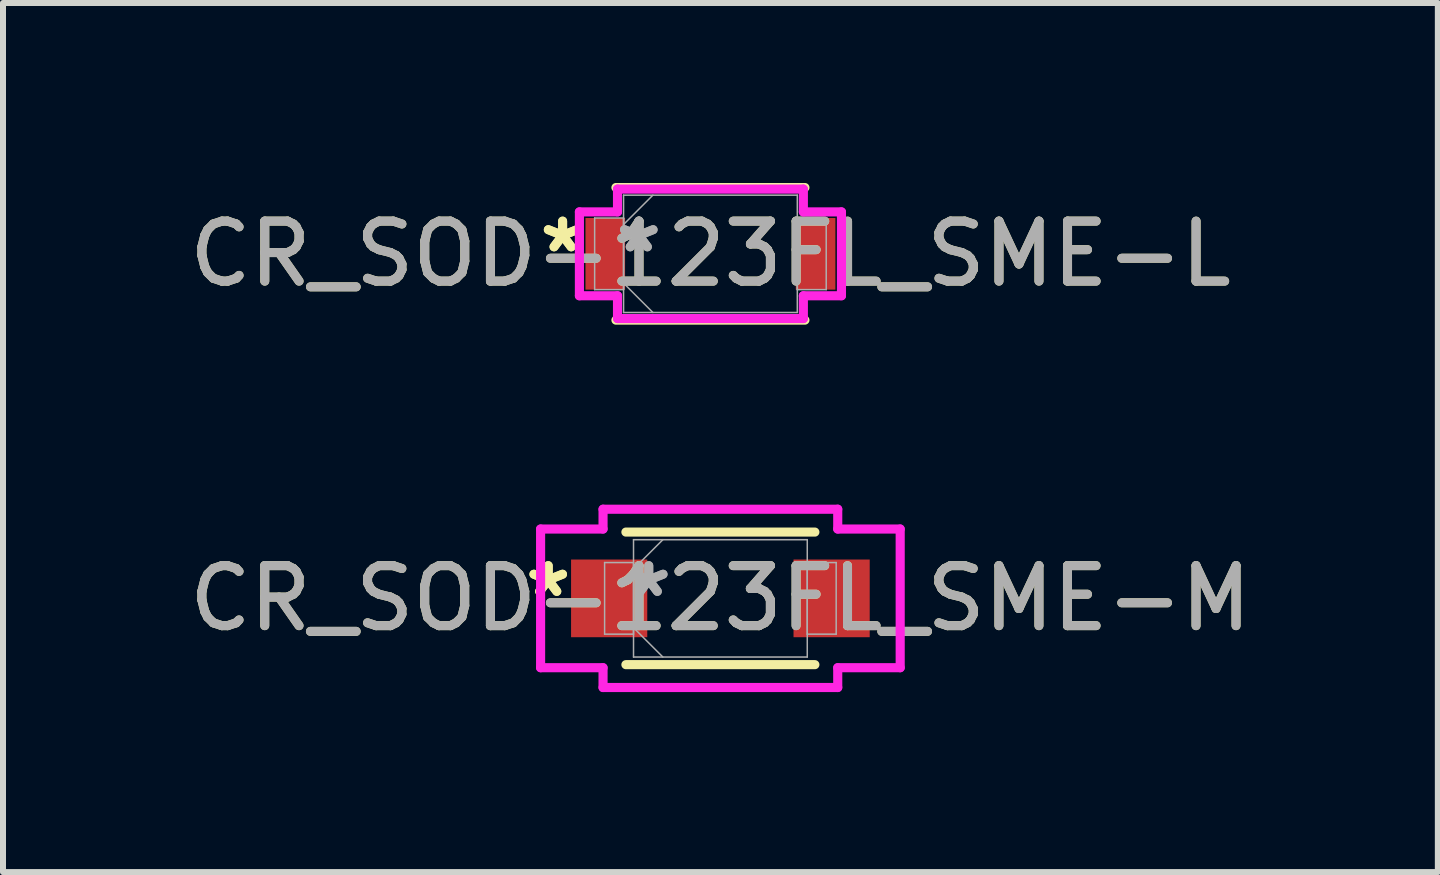
<source format=kicad_pcb>
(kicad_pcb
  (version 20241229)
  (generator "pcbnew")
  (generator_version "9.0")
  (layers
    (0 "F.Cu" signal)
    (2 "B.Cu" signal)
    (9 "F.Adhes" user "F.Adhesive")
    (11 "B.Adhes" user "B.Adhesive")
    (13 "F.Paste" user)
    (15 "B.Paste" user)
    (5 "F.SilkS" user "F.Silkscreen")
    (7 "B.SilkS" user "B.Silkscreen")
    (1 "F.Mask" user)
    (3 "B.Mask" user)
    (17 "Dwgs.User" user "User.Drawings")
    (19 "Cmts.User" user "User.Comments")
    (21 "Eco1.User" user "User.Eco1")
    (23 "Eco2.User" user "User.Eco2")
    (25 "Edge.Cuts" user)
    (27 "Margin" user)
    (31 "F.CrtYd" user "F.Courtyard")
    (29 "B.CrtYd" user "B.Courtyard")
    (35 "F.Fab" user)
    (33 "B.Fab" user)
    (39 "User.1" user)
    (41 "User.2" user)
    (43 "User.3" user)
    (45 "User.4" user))
  (footprint "CR_SOD-123FL_SME-L"
    (layer "F.Cu")
    (at 8.792 1.181)
    (property "Reference" "CR_SOD-123FL_SME-L" (at 0 0 0) (unlocked yes) (layer "F.SilkS") (effects (font (size 1 1) (thickness 0.15))))
    (attr smd)
    (fp_line (start -1.575 1.105) (end 1.575 1.105) (stroke (width 0.152) (type solid)) (layer "F.SilkS"))
    (fp_line (start 1.575 -1.105) (end -1.575 -1.105) (stroke (width 0.152) (type solid)) (layer "F.SilkS"))
    (fp_line (start -2.184 -0.699) (end -1.549 -0.699) (stroke (width 0.152) (type solid)) (layer "F.CrtYd"))
    (fp_line (start -2.184 0.699) (end -2.184 -0.699) (stroke (width 0.152) (type solid)) (layer "F.CrtYd"))
    (fp_line (start -1.549 -1.079) (end 1.549 -1.079) (stroke (width 0.152) (type solid)) (layer "F.CrtYd"))
    (fp_line (start -1.549 -0.699) (end -1.549 -1.079) (stroke (width 0.152) (type solid)) (layer "F.CrtYd"))
    (fp_line (start -1.549 0.699) (end -2.184 0.699) (stroke (width 0.152) (type solid)) (layer "F.CrtYd"))
    (fp_line (start -1.549 1.079) (end -1.549 0.699) (stroke (width 0.152) (type solid)) (layer "F.CrtYd"))
    (fp_line (start 1.549 -1.079) (end 1.549 -0.699) (stroke (width 0.152) (type solid)) (layer "F.CrtYd"))
    (fp_line (start 1.549 -0.699) (end 2.184 -0.699) (stroke (width 0.152) (type solid)) (layer "F.CrtYd"))
    (fp_line (start 1.549 0.699) (end 1.549 1.079) (stroke (width 0.152) (type solid)) (layer "F.CrtYd"))
    (fp_line (start 1.549 1.079) (end -1.549 1.079) (stroke (width 0.152) (type solid)) (layer "F.CrtYd"))
    (fp_line (start 2.184 -0.699) (end 2.184 0.699) (stroke (width 0.152) (type solid)) (layer "F.CrtYd"))
    (fp_line (start 2.184 0.699) (end 1.549 0.699) (stroke (width 0.152) (type solid)) (layer "F.CrtYd"))
    (fp_line (start -1.93 -0.597) (end -1.93 0.597) (stroke (width 0.025) (type solid)) (layer "F.Fab"))
    (fp_line (start -1.93 0.597) (end -1.448 0.597) (stroke (width 0.025) (type solid)) (layer "F.Fab"))
    (fp_line (start -1.448 -0.978) (end -1.448 0.978) (stroke (width 0.025) (type solid)) (layer "F.Fab"))
    (fp_line (start -1.448 -0.597) (end -1.93 -0.597) (stroke (width 0.025) (type solid)) (layer "F.Fab"))
    (fp_line (start -1.448 -0.489) (end -0.959 -0.978) (stroke (width 0.025) (type solid)) (layer "F.Fab"))
    (fp_line (start -1.448 0.489) (end -0.959 0.978) (stroke (width 0.025) (type solid)) (layer "F.Fab"))
    (fp_line (start -1.448 0.597) (end -1.448 -0.597) (stroke (width 0.025) (type solid)) (layer "F.Fab"))
    (fp_line (start -1.448 0.978) (end 1.448 0.978) (stroke (width 0.025) (type solid)) (layer "F.Fab"))
    (fp_line (start 1.448 -0.978) (end -1.448 -0.978) (stroke (width 0.025) (type solid)) (layer "F.Fab"))
    (fp_line (start 1.448 -0.597) (end 1.448 0.597) (stroke (width 0.025) (type solid)) (layer "F.Fab"))
    (fp_line (start 1.448 0.597) (end 1.93 0.597) (stroke (width 0.025) (type solid)) (layer "F.Fab"))
    (fp_line (start 1.448 0.978) (end 1.448 -0.978) (stroke (width 0.025) (type solid)) (layer "F.Fab"))
    (fp_line (start 1.93 -0.597) (end 1.448 -0.597) (stroke (width 0.025) (type solid)) (layer "F.Fab"))
    (fp_line (start 1.93 0.597) (end 1.93 -0.597) (stroke (width 0.025) (type solid)) (layer "F.Fab"))
    (fp_text user "*" (at -2.464 0 0) (layer "F.SilkS") (effects (font (size 1 1) (thickness 0.15))))
    (fp_text user "*" (at -2.464 0 0) (unlocked yes) (layer "F.SilkS") (effects (font (size 1 1) (thickness 0.15))))
    (fp_text user "*" (at -1.194 0 0) (layer "F.Fab") (effects (font (size 1 1) (thickness 0.15))))
    (fp_text user "${REFERENCE}" (at 0 0 0) (unlocked yes) (layer "F.Fab") (effects (font (size 1 1) (thickness 0.15))))
    (fp_text user "*" (at -1.194 0 0) (unlocked yes) (layer "F.Fab") (effects (font (size 1 1) (thickness 0.15))))
    (pad "1" smd rect (at -1.753 0) (size 0.66 1.194) (layers "F.Cu" "F.Mask" "F.Paste"))
    (pad "2" smd rect (at 1.753 0) (size 0.66 1.194) (layers "F.Cu" "F.Mask" "F.Paste")))
  (footprint "CR_SOD-123FL_SME-M"
    (layer "F.Cu")
    (at 8.958 6.924)
    (property "Reference" "CR_SOD-123FL_SME-M" (at 0 0 0) (unlocked yes) (layer "F.SilkS") (effects (font (size 1 1) (thickness 0.15))))
    (attr smd)
    (fp_line (start -1.575 1.105) (end 1.575 1.105) (stroke (width 0.152) (type solid)) (layer "F.SilkS"))
    (fp_line (start 1.575 -1.105) (end -1.575 -1.105) (stroke (width 0.152) (type solid)) (layer "F.SilkS"))
    (fp_line (start -2.997 -1.156) (end -1.956 -1.156) (stroke (width 0.152) (type solid)) (layer "F.CrtYd"))
    (fp_line (start -2.997 1.156) (end -2.997 -1.156) (stroke (width 0.152) (type solid)) (layer "F.CrtYd"))
    (fp_line (start -1.956 -1.486) (end 1.956 -1.486) (stroke (width 0.152) (type solid)) (layer "F.CrtYd"))
    (fp_line (start -1.956 -1.156) (end -1.956 -1.486) (stroke (width 0.152) (type solid)) (layer "F.CrtYd"))
    (fp_line (start -1.956 1.156) (end -2.997 1.156) (stroke (width 0.152) (type solid)) (layer "F.CrtYd"))
    (fp_line (start -1.956 1.486) (end -1.956 1.156) (stroke (width 0.152) (type solid)) (layer "F.CrtYd"))
    (fp_line (start 1.956 -1.486) (end 1.956 -1.156) (stroke (width 0.152) (type solid)) (layer "F.CrtYd"))
    (fp_line (start 1.956 -1.156) (end 2.997 -1.156) (stroke (width 0.152) (type solid)) (layer "F.CrtYd"))
    (fp_line (start 1.956 1.156) (end 1.956 1.486) (stroke (width 0.152) (type solid)) (layer "F.CrtYd"))
    (fp_line (start 1.956 1.486) (end -1.956 1.486) (stroke (width 0.152) (type solid)) (layer "F.CrtYd"))
    (fp_line (start 2.997 -1.156) (end 2.997 1.156) (stroke (width 0.152) (type solid)) (layer "F.CrtYd"))
    (fp_line (start 2.997 1.156) (end 1.956 1.156) (stroke (width 0.152) (type solid)) (layer "F.CrtYd"))
    (fp_line (start -1.93 -0.597) (end -1.93 0.597) (stroke (width 0.025) (type solid)) (layer "F.Fab"))
    (fp_line (start -1.93 0.597) (end -1.448 0.597) (stroke (width 0.025) (type solid)) (layer "F.Fab"))
    (fp_line (start -1.448 -0.978) (end -1.448 0.978) (stroke (width 0.025) (type solid)) (layer "F.Fab"))
    (fp_line (start -1.448 -0.597) (end -1.93 -0.597) (stroke (width 0.025) (type solid)) (layer "F.Fab"))
    (fp_line (start -1.448 -0.489) (end -0.959 -0.978) (stroke (width 0.025) (type solid)) (layer "F.Fab"))
    (fp_line (start -1.448 0.489) (end -0.959 0.978) (stroke (width 0.025) (type solid)) (layer "F.Fab"))
    (fp_line (start -1.448 0.597) (end -1.448 -0.597) (stroke (width 0.025) (type solid)) (layer "F.Fab"))
    (fp_line (start -1.448 0.978) (end 1.448 0.978) (stroke (width 0.025) (type solid)) (layer "F.Fab"))
    (fp_line (start 1.448 -0.978) (end -1.448 -0.978) (stroke (width 0.025) (type solid)) (layer "F.Fab"))
    (fp_line (start 1.448 -0.597) (end 1.448 0.597) (stroke (width 0.025) (type solid)) (layer "F.Fab"))
    (fp_line (start 1.448 0.597) (end 1.93 0.597) (stroke (width 0.025) (type solid)) (layer "F.Fab"))
    (fp_line (start 1.448 0.978) (end 1.448 -0.978) (stroke (width 0.025) (type solid)) (layer "F.Fab"))
    (fp_line (start 1.93 -0.597) (end 1.448 -0.597) (stroke (width 0.025) (type solid)) (layer "F.Fab"))
    (fp_line (start 1.93 0.597) (end 1.93 -0.597) (stroke (width 0.025) (type solid)) (layer "F.Fab"))
    (fp_text user "*" (at -2.87 0 0) (unlocked yes) (layer "F.SilkS") (effects (font (size 1 1) (thickness 0.15))))
    (fp_text user "*" (at -2.87 0 0) (layer "F.SilkS") (effects (font (size 1 1) (thickness 0.15))))
    (fp_text user "${REFERENCE}" (at 0 0 0) (unlocked yes) (layer "F.Fab") (effects (font (size 1 1) (thickness 0.15))))
    (fp_text user "*" (at -1.194 0 0) (layer "F.Fab") (effects (font (size 1 1) (thickness 0.15))))
    (fp_text user "*" (at -1.194 0 0) (unlocked yes) (layer "F.Fab") (effects (font (size 1 1) (thickness 0.15))))
    (pad "1" smd rect (at -1.854 0) (size 1.27 1.295) (layers "F.Cu" "F.Mask" "F.Paste"))
    (pad "2" smd rect (at 1.854 0) (size 1.27 1.295) (layers "F.Cu" "F.Mask" "F.Paste")))
  (gr_rect
    (start -3 -3)
    (end 20.917 11.486)
    (stroke (width 0.1) (type default))
    (fill no)
    (layer "Edge.Cuts")))
</source>
